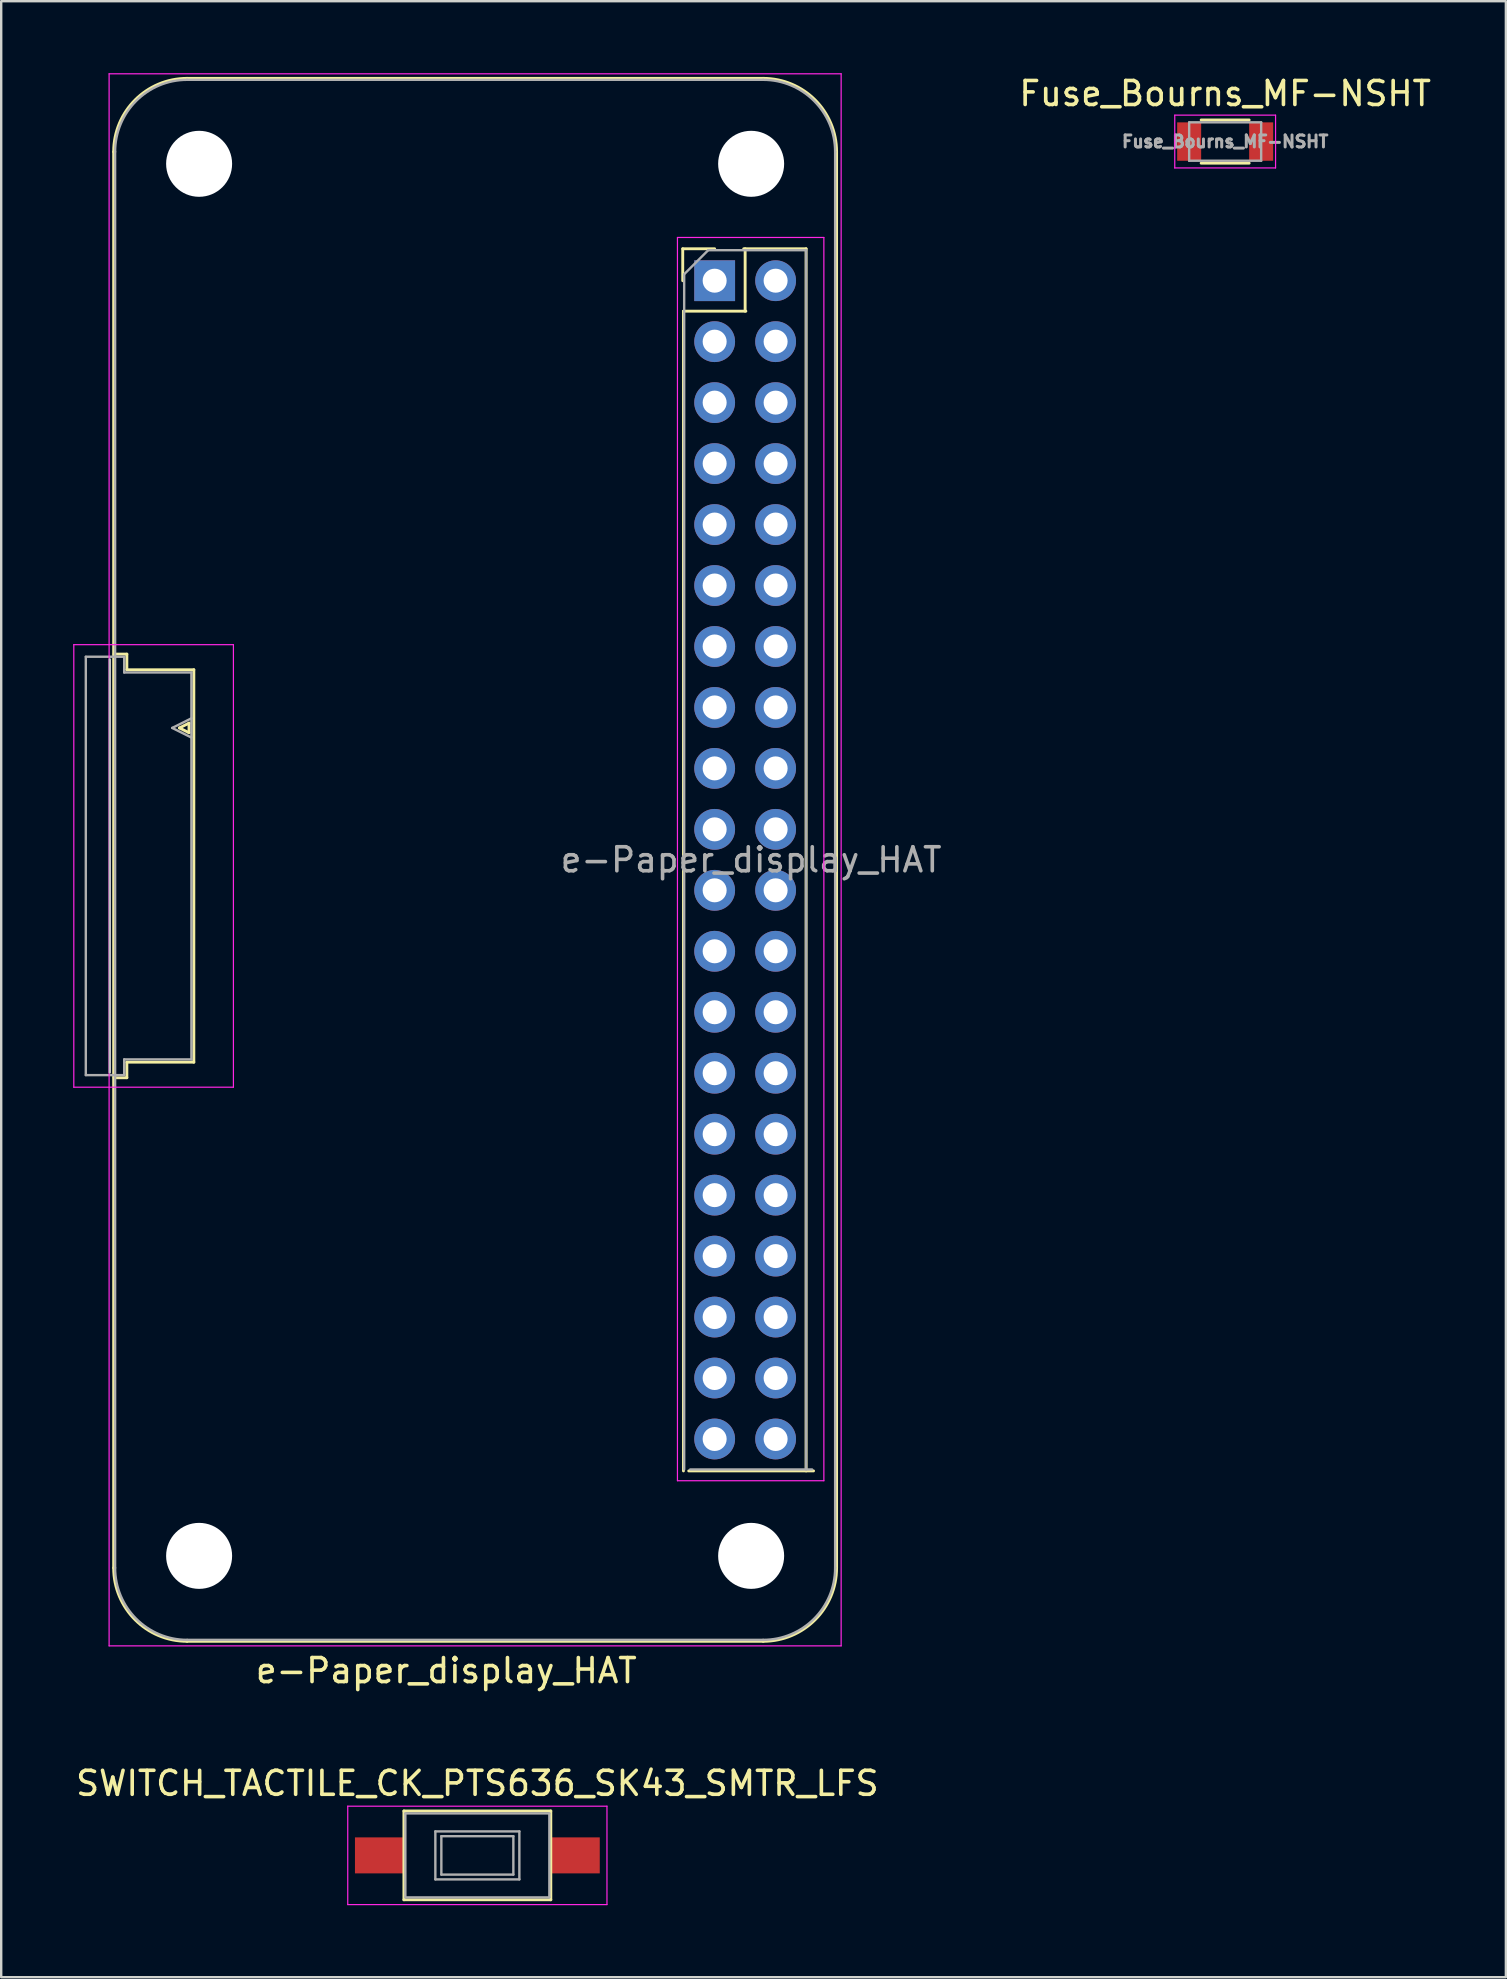
<source format=kicad_pcb>
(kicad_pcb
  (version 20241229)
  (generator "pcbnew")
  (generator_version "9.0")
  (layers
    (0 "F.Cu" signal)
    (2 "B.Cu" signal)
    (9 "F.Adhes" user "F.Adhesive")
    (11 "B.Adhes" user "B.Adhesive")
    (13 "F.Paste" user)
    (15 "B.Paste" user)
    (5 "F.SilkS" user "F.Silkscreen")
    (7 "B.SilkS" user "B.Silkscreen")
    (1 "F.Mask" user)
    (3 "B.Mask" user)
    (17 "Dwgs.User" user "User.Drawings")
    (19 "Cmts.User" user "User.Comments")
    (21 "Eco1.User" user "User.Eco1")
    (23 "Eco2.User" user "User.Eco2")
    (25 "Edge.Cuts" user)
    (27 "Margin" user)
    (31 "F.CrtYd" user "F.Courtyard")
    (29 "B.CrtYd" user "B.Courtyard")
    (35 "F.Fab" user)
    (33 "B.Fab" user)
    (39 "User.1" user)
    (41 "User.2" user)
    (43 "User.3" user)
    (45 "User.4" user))
  (footprint "Fuse_Bourns_MF-NSHT"
    (layer "F.Cu")
    (at 47.996 2.848)
    (property "Reference" "Fuse_Bourns_MF-NSHT" (at 0 -2 0) (unlocked yes) (layer "F.SilkS") (effects (font (size 1 1) (thickness 0.15))))
    (fp_line (start -1 -0.9) (end 1 -0.9) (stroke (width 0.12) (type solid)) (layer "F.SilkS"))
    (fp_line (start -1 0.9) (end 1 0.9) (stroke (width 0.12) (type solid)) (layer "F.SilkS"))
    (fp_line (start -2.1 -1.1) (end 2.1 -1.1) (stroke (width 0.05) (type solid)) (layer "F.CrtYd"))
    (fp_line (start -2.1 1.1) (end -2.1 -1.1) (stroke (width 0.05) (type solid)) (layer "F.CrtYd"))
    (fp_line (start -2.1 1.1) (end 2.1 1.1) (stroke (width 0.05) (type solid)) (layer "F.CrtYd"))
    (fp_line (start 2.1 1.1) (end 2.1 -1.1) (stroke (width 0.05) (type solid)) (layer "F.CrtYd"))
    (fp_line (start -1.5 -0.8) (end -1.5 0.8) (stroke (width 0.1) (type solid)) (layer "F.Fab"))
    (fp_line (start -1.5 -0.8) (end 1.5 -0.8) (stroke (width 0.1) (type solid)) (layer "F.Fab"))
    (fp_line (start 1.5 0.8) (end -1.5 0.8) (stroke (width 0.1) (type solid)) (layer "F.Fab"))
    (fp_line (start 1.5 0.8) (end 1.5 -0.8) (stroke (width 0.1) (type solid)) (layer "F.Fab"))
    (fp_text user "${REFERENCE}" (at 0 0 0) (unlocked yes) (layer "F.Fab") (effects (font (size 0.5 0.5) (thickness 0.125))))
    (pad "1" smd rect (at -1.5 0) (size 1 1.6) (layers "F.Cu" "F.Mask" "F.Paste"))
    (pad "2" smd rect (at 1.5 0) (size 1 1.6) (layers "F.Cu" "F.Mask" "F.Paste")))
  (footprint "e-Paper_display_HAT"
    (layer "F.Cu")
    (at 26.726 8.645)
    (property "Reference" "e-Paper_display_HAT" (at -11.18 57.912 0) (layer "F.SilkS") (effects (font (size 1 1) (thickness 0.15))))
    (attr through_hole)
    (fp_line (start -25.04 -5.37) (end -25.04 53.63) (stroke (width 0.12) (type solid)) (layer "F.SilkS"))
    (fp_line (start -24.491 15.559) (end -25.023 15.559) (stroke (width 0.12) (type solid)) (layer "F.SilkS"))
    (fp_line (start -24.491 16.21) (end -24.491 15.559) (stroke (width 0.12) (type solid)) (layer "F.SilkS"))
    (fp_line (start -24.491 16.21) (end -21.7 16.21) (stroke (width 0.12) (type solid)) (layer "F.SilkS"))
    (fp_line (start -24.491 32.56) (end -24.491 33.209) (stroke (width 0.12) (type solid)) (layer "F.SilkS"))
    (fp_line (start -24.491 33.209) (end -25.023 33.209) (stroke (width 0.12) (type solid)) (layer "F.SilkS"))
    (fp_line (start -22.301 18.634) (end -21.901 18.834) (stroke (width 0.12) (type solid)) (layer "F.SilkS"))
    (fp_line (start -21.98 -8.43) (end 2.02 -8.43) (stroke (width 0.12) (type solid)) (layer "F.SilkS"))
    (fp_line (start -21.901 18.434) (end -22.301 18.634) (stroke (width 0.12) (type solid)) (layer "F.SilkS"))
    (fp_line (start -21.901 18.834) (end -21.901 18.434) (stroke (width 0.12) (type solid)) (layer "F.SilkS"))
    (fp_line (start -21.7 16.21) (end -21.7 32.56) (stroke (width 0.12) (type solid)) (layer "F.SilkS"))
    (fp_line (start -21.7 32.56) (end -24.491 32.56) (stroke (width 0.12) (type solid)) (layer "F.SilkS"))
    (fp_line (start -1.33 -1.33) (end -1.33 0) (stroke (width 0.12) (type solid)) (layer "F.SilkS"))
    (fp_line (start -1.33 -1.33) (end 0 -1.33) (stroke (width 0.12) (type solid)) (layer "F.SilkS"))
    (fp_line (start -1.3 1.27) (end -1.3 49.59) (stroke (width 0.12) (type solid)) (layer "F.SilkS"))
    (fp_line (start -1.3 1.27) (end 1.3 1.27) (stroke (width 0.12) (type solid)) (layer "F.SilkS"))
    (fp_line (start -1.08 49.59) (end 4.12 49.59) (stroke (width 0.12) (type solid)) (layer "F.SilkS"))
    (fp_line (start 1.21 -1.33) (end 3.81 -1.33) (stroke (width 0.12) (type solid)) (layer "F.SilkS"))
    (fp_line (start 1.27 -1.33) (end 1.27 1.27) (stroke (width 0.12) (type solid)) (layer "F.SilkS"))
    (fp_line (start 2.02 56.69) (end -21.98 56.69) (stroke (width 0.12) (type solid)) (layer "F.SilkS"))
    (fp_line (start 3.81 -1.33) (end 3.81 49.59) (stroke (width 0.12) (type solid)) (layer "F.SilkS"))
    (fp_line (start 5.08 -5.37) (end 5.08 53.63) (stroke (width 0.12) (type solid)) (layer "F.SilkS"))
    (fp_arc (start -25.04 -5.37) (mid -24.143747 -7.533747) (end -21.98 -8.43) (stroke (width 0.12) (type solid)) (layer "F.SilkS"))
    (fp_arc (start -21.98 56.69) (mid -24.143747 55.793747) (end -25.04 53.63) (stroke (width 0.12) (type solid)) (layer "F.SilkS"))
    (fp_arc (start 2.02 -8.43) (mid 4.183747 -7.533747) (end 5.08 -5.37) (stroke (width 0.12) (type solid)) (layer "F.SilkS"))
    (fp_arc (start 5.08 53.63) (mid 4.183747 55.793747) (end 2.02 56.69) (stroke (width 0.12) (type solid)) (layer "F.SilkS"))
    (fp_line (start -25.201 32.989) (end -25.201 15.779) (stroke (width 0.1) (type solid)) (layer "Dwgs.User"))
    (fp_line (start -26.701 15.164) (end -26.701 33.604) (stroke (width 0.05) (type solid)) (layer "F.CrtYd"))
    (fp_line (start -26.701 33.604) (end -20.051 33.604) (stroke (width 0.05) (type solid)) (layer "F.CrtYd"))
    (fp_line (start -25.23 56.88) (end -25.23 -8.62) (stroke (width 0.05) (type solid)) (layer "F.CrtYd"))
    (fp_line (start -20.051 15.164) (end -26.701 15.164) (stroke (width 0.05) (type solid)) (layer "F.CrtYd"))
    (fp_line (start -20.051 33.604) (end -20.051 15.164) (stroke (width 0.05) (type solid)) (layer "F.CrtYd"))
    (fp_line (start -1.55 -1.8) (end 4.55 -1.8) (stroke (width 0.05) (type solid)) (layer "F.CrtYd"))
    (fp_line (start -1.55 50) (end -1.55 -1.8) (stroke (width 0.05) (type solid)) (layer "F.CrtYd"))
    (fp_line (start 4.55 -1.8) (end 4.55 50) (stroke (width 0.05) (type solid)) (layer "F.CrtYd"))
    (fp_line (start 4.55 50) (end -1.55 50) (stroke (width 0.05) (type solid)) (layer "F.CrtYd"))
    (fp_line (start 5.27 -8.62) (end -25.23 -8.62) (stroke (width 0.05) (type solid)) (layer "F.CrtYd"))
    (fp_line (start 5.27 -8.62) (end 5.27 56.88) (stroke (width 0.05) (type solid)) (layer "F.CrtYd"))
    (fp_line (start 5.27 56.88) (end -25.23 56.88) (stroke (width 0.05) (type solid)) (layer "F.CrtYd"))
    (fp_line (start -26.201 15.669) (end -24.601 15.669) (stroke (width 0.1) (type solid)) (layer "F.Fab"))
    (fp_line (start -26.201 33.099) (end -26.201 15.669) (stroke (width 0.1) (type solid)) (layer "F.Fab"))
    (fp_line (start -24.98 53.63) (end -24.98 -5.37) (stroke (width 0.1) (type solid)) (layer "F.Fab"))
    (fp_line (start -24.601 15.669) (end -24.601 16.324) (stroke (width 0.1) (type solid)) (layer "F.Fab"))
    (fp_line (start -24.601 16.324) (end -21.801 16.324) (stroke (width 0.1) (type solid)) (layer "F.Fab"))
    (fp_line (start -24.601 32.444) (end -24.601 33.099) (stroke (width 0.1) (type solid)) (layer "F.Fab"))
    (fp_line (start -24.601 33.099) (end -26.201 33.099) (stroke (width 0.1) (type solid)) (layer "F.Fab"))
    (fp_line (start -22.601 18.634) (end -21.801 19.034) (stroke (width 0.1) (type solid)) (layer "F.Fab"))
    (fp_line (start -21.801 16.324) (end -21.801 32.444) (stroke (width 0.1) (type solid)) (layer "F.Fab"))
    (fp_line (start -21.801 18.234) (end -22.601 18.634) (stroke (width 0.1) (type solid)) (layer "F.Fab"))
    (fp_line (start -21.801 32.444) (end -24.601 32.444) (stroke (width 0.1) (type solid)) (layer "F.Fab"))
    (fp_line (start -1.27 -0.27) (end -1.27 49.53) (stroke (width 0.1) (type solid)) (layer "F.Fab"))
    (fp_line (start -1.27 -0.27) (end -0.27 -1.27) (stroke (width 0.1) (type solid)) (layer "F.Fab"))
    (fp_line (start -0.27 -1.27) (end 3.81 -1.27) (stroke (width 0.1) (type solid)) (layer "F.Fab"))
    (fp_line (start 2.02 -8.37) (end -21.98 -8.37) (stroke (width 0.1) (type solid)) (layer "F.Fab"))
    (fp_line (start 2.02 56.63) (end -21.98 56.63) (stroke (width 0.1) (type solid)) (layer "F.Fab"))
    (fp_line (start 3.81 49.53) (end 3.81 -1.27) (stroke (width 0.1) (type solid)) (layer "F.Fab"))
    (fp_line (start 4.06 49.53) (end -1.02 49.53) (stroke (width 0.1) (type solid)) (layer "F.Fab"))
    (fp_line (start 5.02 -5.37) (end 5.02 53.63) (stroke (width 0.1) (type solid)) (layer "F.Fab"))
    (fp_arc (start -24.98 -5.37) (mid -24.10132 -7.49132) (end -21.98 -8.37) (stroke (width 0.1) (type solid)) (layer "F.Fab"))
    (fp_arc (start -21.98 56.63) (mid -24.10132 55.75132) (end -24.98 53.63) (stroke (width 0.1) (type solid)) (layer "F.Fab"))
    (fp_arc (start 2.02 -8.37) (mid 4.14132 -7.49132) (end 5.02 -5.37) (stroke (width 0.1) (type solid)) (layer "F.Fab"))
    (fp_arc (start 5.02 53.63) (mid 4.14132 55.75132) (end 2.02 56.63) (stroke (width 0.1) (type solid)) (layer "F.Fab"))
    (fp_text user "${REFERENCE}" (at 1.52 24.13 180) (layer "F.Fab") (effects (font (size 1 1) (thickness 0.15))))
    (pad "" np_thru_hole circle (at -21.48 -4.87 270) (size 2.75 2.75) (drill 2.75) (layers "*.Cu" "*.Mask"))
    (pad "" np_thru_hole circle (at -21.48 53.13 270) (size 2.75 2.75) (drill 2.75) (layers "*.Cu" "*.Mask"))
    (pad "" np_thru_hole circle (at 1.52 -4.87 90) (size 2.75 2.75) (drill 2.75) (layers "*.Cu" "*.Mask"))
    (pad "" np_thru_hole circle (at 1.52 53.13 90) (size 2.75 2.75) (drill 2.75) (layers "*.Cu" "*.Mask"))
    (pad "1" thru_hole rect (at 0 0) (size 1.7 1.7) (drill 1) (layers "*.Cu" "*.Mask"))
    (pad "2" thru_hole oval (at 2.54 0) (size 1.7 1.7) (drill 1) (layers "*.Cu" "*.Mask"))
    (pad "3" thru_hole oval (at 0 2.54) (size 1.7 1.7) (drill 1) (layers "*.Cu" "*.Mask"))
    (pad "4" thru_hole oval (at 2.54 2.54) (size 1.7 1.7) (drill 1) (layers "*.Cu" "*.Mask"))
    (pad "5" thru_hole oval (at 0 5.08) (size 1.7 1.7) (drill 1) (layers "*.Cu" "*.Mask"))
    (pad "6" thru_hole oval (at 2.54 5.08) (size 1.7 1.7) (drill 1) (layers "*.Cu" "*.Mask"))
    (pad "7" thru_hole oval (at 0 7.62) (size 1.7 1.7) (drill 1) (layers "*.Cu" "*.Mask"))
    (pad "8" thru_hole oval (at 2.54 7.62) (size 1.7 1.7) (drill 1) (layers "*.Cu" "*.Mask"))
    (pad "9" thru_hole oval (at 0 10.16) (size 1.7 1.7) (drill 1) (layers "*.Cu" "*.Mask"))
    (pad "10" thru_hole oval (at 2.54 10.16) (size 1.7 1.7) (drill 1) (layers "*.Cu" "*.Mask"))
    (pad "11" thru_hole oval (at 0 12.7) (size 1.7 1.7) (drill 1) (layers "*.Cu" "*.Mask"))
    (pad "12" thru_hole oval (at 2.54 12.7) (size 1.7 1.7) (drill 1) (layers "*.Cu" "*.Mask"))
    (pad "13" thru_hole oval (at 0 15.24) (size 1.7 1.7) (drill 1) (layers "*.Cu" "*.Mask"))
    (pad "14" thru_hole oval (at 2.54 15.24) (size 1.7 1.7) (drill 1) (layers "*.Cu" "*.Mask"))
    (pad "15" thru_hole oval (at 0 17.78) (size 1.7 1.7) (drill 1) (layers "*.Cu" "*.Mask"))
    (pad "16" thru_hole oval (at 2.54 17.78) (size 1.7 1.7) (drill 1) (layers "*.Cu" "*.Mask"))
    (pad "17" thru_hole oval (at 0 20.32) (size 1.7 1.7) (drill 1) (layers "*.Cu" "*.Mask"))
    (pad "18" thru_hole oval (at 2.54 20.32) (size 1.7 1.7) (drill 1) (layers "*.Cu" "*.Mask"))
    (pad "19" thru_hole oval (at 0 22.86) (size 1.7 1.7) (drill 1) (layers "*.Cu" "*.Mask"))
    (pad "20" thru_hole oval (at 2.54 22.86) (size 1.7 1.7) (drill 1) (layers "*.Cu" "*.Mask"))
    (pad "21" thru_hole oval (at 0 25.4) (size 1.7 1.7) (drill 1) (layers "*.Cu" "*.Mask"))
    (pad "22" thru_hole oval (at 2.54 25.4) (size 1.7 1.7) (drill 1) (layers "*.Cu" "*.Mask"))
    (pad "23" thru_hole oval (at 0 27.94) (size 1.7 1.7) (drill 1) (layers "*.Cu" "*.Mask"))
    (pad "24" thru_hole oval (at 2.54 27.94) (size 1.7 1.7) (drill 1) (layers "*.Cu" "*.Mask"))
    (pad "25" thru_hole oval (at 0 30.48) (size 1.7 1.7) (drill 1) (layers "*.Cu" "*.Mask"))
    (pad "26" thru_hole oval (at 2.54 30.48) (size 1.7 1.7) (drill 1) (layers "*.Cu" "*.Mask"))
    (pad "27" thru_hole oval (at 0 33.02) (size 1.7 1.7) (drill 1) (layers "*.Cu" "*.Mask"))
    (pad "28" thru_hole oval (at 2.54 33.02) (size 1.7 1.7) (drill 1) (layers "*.Cu" "*.Mask"))
    (pad "29" thru_hole oval (at 0 35.56) (size 1.7 1.7) (drill 1) (layers "*.Cu" "*.Mask"))
    (pad "30" thru_hole oval (at 2.54 35.56) (size 1.7 1.7) (drill 1) (layers "*.Cu" "*.Mask"))
    (pad "31" thru_hole oval (at 0 38.1) (size 1.7 1.7) (drill 1) (layers "*.Cu" "*.Mask"))
    (pad "32" thru_hole oval (at 2.54 38.1) (size 1.7 1.7) (drill 1) (layers "*.Cu" "*.Mask"))
    (pad "33" thru_hole oval (at 0 40.64) (size 1.7 1.7) (drill 1) (layers "*.Cu" "*.Mask"))
    (pad "34" thru_hole oval (at 2.54 40.64) (size 1.7 1.7) (drill 1) (layers "*.Cu" "*.Mask"))
    (pad "35" thru_hole oval (at 0 43.18) (size 1.7 1.7) (drill 1) (layers "*.Cu" "*.Mask"))
    (pad "36" thru_hole oval (at 2.54 43.18) (size 1.7 1.7) (drill 1) (layers "*.Cu" "*.Mask"))
    (pad "37" thru_hole oval (at 0 45.72) (size 1.7 1.7) (drill 1) (layers "*.Cu" "*.Mask"))
    (pad "38" thru_hole oval (at 2.54 45.72) (size 1.7 1.7) (drill 1) (layers "*.Cu" "*.Mask"))
    (pad "39" thru_hole oval (at 0 48.26) (size 1.7 1.7) (drill 1) (layers "*.Cu" "*.Mask"))
    (pad "40" thru_hole oval (at 2.54 48.26) (size 1.7 1.7) (drill 1) (layers "*.Cu" "*.Mask")))
  (footprint "SWITCH_TACTILE_CK_PTS636_SK43_SMTR_LFS"
    (layer "F.Cu")
    (at 16.839 74.254)
    (property "Reference" "SWITCH_TACTILE_CK_PTS636_SK43_SMTR_LFS" (at 0 -3 0) (unlocked yes) (layer "F.SilkS") (effects (font (size 1 1) (thickness 0.15))))
    (fp_line (start -3.06 -1.85) (end 3.06 -1.85) (stroke (width 0.12) (type solid)) (layer "F.SilkS"))
    (fp_line (start -3.06 1.85) (end -3.06 -1.85) (stroke (width 0.12) (type solid)) (layer "F.SilkS"))
    (fp_line (start 3.06 -1.85) (end 3.06 1.85) (stroke (width 0.12) (type solid)) (layer "F.SilkS"))
    (fp_line (start 3.06 1.85) (end -3.06 1.85) (stroke (width 0.12) (type solid)) (layer "F.SilkS"))
    (fp_line (start -5.4 -2.05) (end 5.4 -2.05) (stroke (width 0.05) (type solid)) (layer "F.CrtYd"))
    (fp_line (start -5.4 2.05) (end -5.4 -2.05) (stroke (width 0.05) (type solid)) (layer "F.CrtYd"))
    (fp_line (start 5.4 -2.05) (end 5.4 2.05) (stroke (width 0.05) (type solid)) (layer "F.CrtYd"))
    (fp_line (start 5.4 2.05) (end -5.4 2.05) (stroke (width 0.05) (type solid)) (layer "F.CrtYd"))
    (fp_line (start -3 -1.75) (end -3 1.75) (stroke (width 0.1) (type solid)) (layer "F.Fab"))
    (fp_line (start -3 -1.75) (end 3 -1.75) (stroke (width 0.1) (type solid)) (layer "F.Fab"))
    (fp_line (start -3 1.75) (end 3 1.75) (stroke (width 0.1) (type solid)) (layer "F.Fab"))
    (fp_line (start -1.75 -1) (end 1.75 -1) (stroke (width 0.1) (type solid)) (layer "F.Fab"))
    (fp_line (start -1.75 1) (end -1.75 -1) (stroke (width 0.1) (type solid)) (layer "F.Fab"))
    (fp_line (start -1.5 -0.8) (end -1.5 0.8) (stroke (width 0.1) (type solid)) (layer "F.Fab"))
    (fp_line (start -1.5 -0.8) (end 1.5 -0.8) (stroke (width 0.1) (type solid)) (layer "F.Fab"))
    (fp_line (start -1.5 0.8) (end 1.5 0.8) (stroke (width 0.1) (type solid)) (layer "F.Fab"))
    (fp_line (start 1.5 -0.8) (end 1.5 0.8) (stroke (width 0.1) (type solid)) (layer "F.Fab"))
    (fp_line (start 1.75 -1) (end 1.75 1) (stroke (width 0.1) (type solid)) (layer "F.Fab"))
    (fp_line (start 1.75 1) (end -1.75 1) (stroke (width 0.1) (type solid)) (layer "F.Fab"))
    (fp_line (start 3 -1.75) (end 3 1.75) (stroke (width 0.1) (type solid)) (layer "F.Fab"))
    (pad "1" smd rect (at -4.1 0) (size 2 1.5) (layers "F.Cu" "F.Mask" "F.Paste"))
    (pad "2" smd rect (at 4.1 0) (size 2 1.5) (layers "F.Cu" "F.Mask" "F.Paste")))
  (gr_rect
    (start -3 -3)
    (end 59.692 79.329)
    (stroke (width 0.1) (type default))
    (fill no)
    (layer "Edge.Cuts")))
</source>
